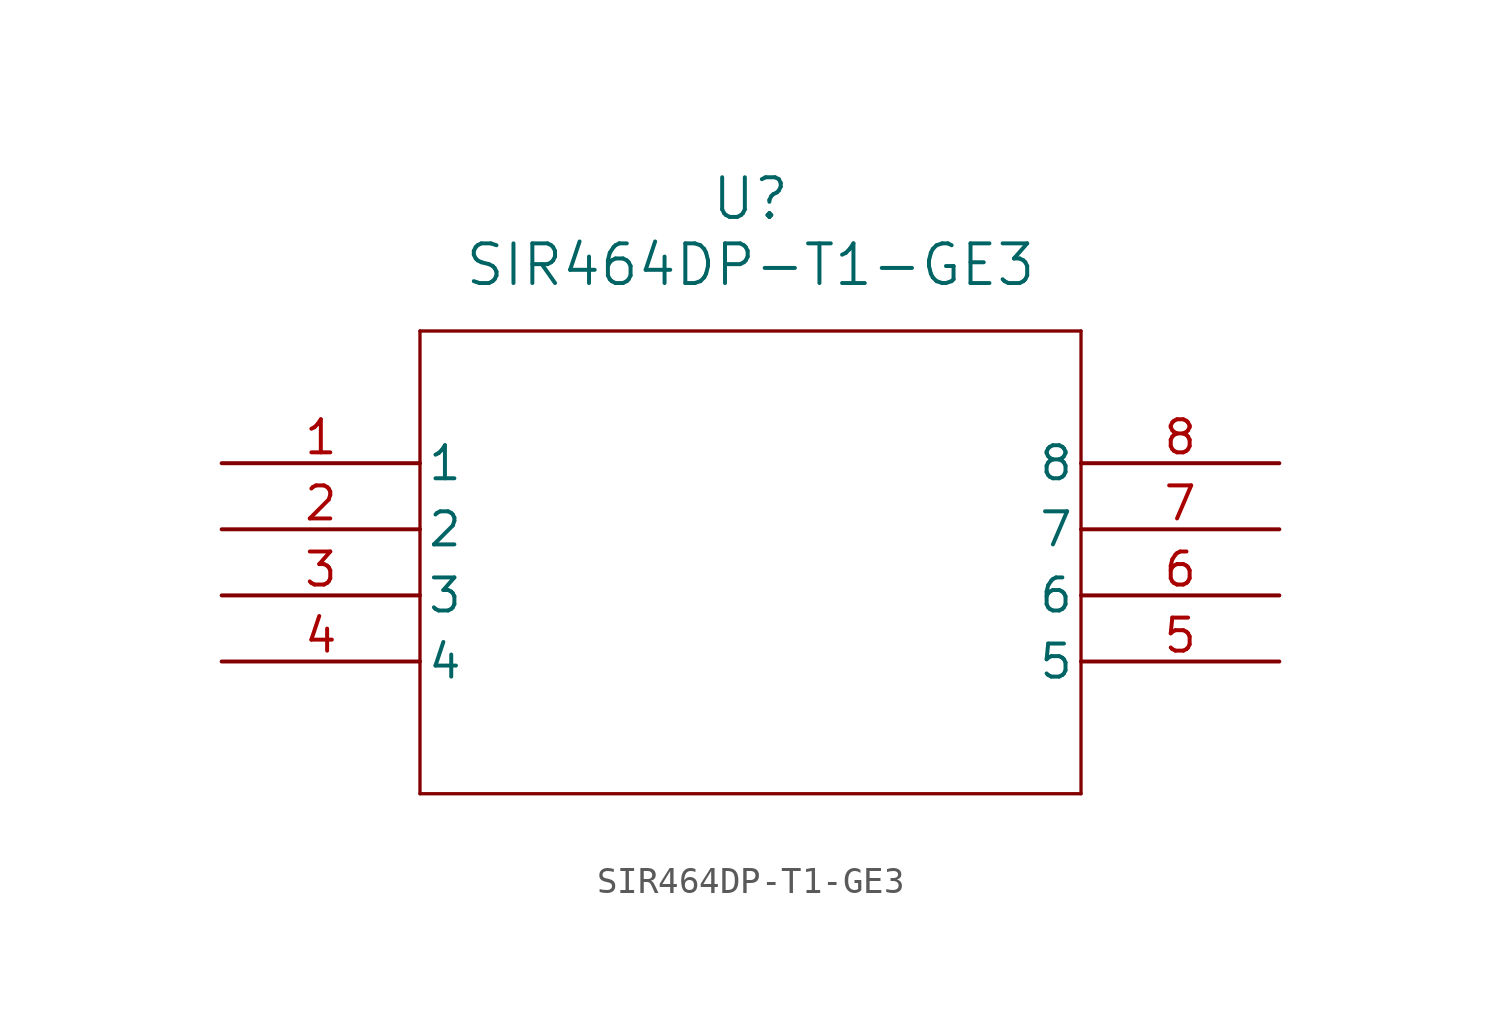
<source format=kicad_sym>
(kicad_symbol_lib
  (version 20211014)
  (generator kicad_symbol_editor)
  (symbol "SIR464DP-T1-GE3"
    (pin_names
      (offset 0.254))
    (property "Reference" "U"
      (at 20.32 10.16 0)
      (effects (font (size 1.524 1.524))))
    (property "Value" "SIR464DP-T1-GE3"
      (at 20.32 7.62 0)
      (effects (font (size 1.524 1.524))))
    (symbol "SIR464DP-T1-GE3_0_1"
      (polyline (pts (xy 7.62 5.08) (xy 7.62 -12.7)) (stroke (width 0.127) (type default) (color 0 0 0 0)) (fill (type none)))
      (polyline (pts (xy 7.62 -12.7) (xy 33.02 -12.7)) (stroke (width 0.127) (type default) (color 0 0 0 0)) (fill (type none)))
      (polyline (pts (xy 33.02 -12.7) (xy 33.02 5.08)) (stroke (width 0.127) (type default) (color 0 0 0 0)) (fill (type none)))
      (polyline (pts (xy 33.02 5.08) (xy 7.62 5.08)) (stroke (width 0.127) (type default) (color 0 0 0 0)) (fill (type none)))
      (pin unspecified line (at 0 0 0) (length 7.62) (name "1" (effects (font (size 1.27 1.27)))) (number "1" (effects (font (size 1.27 1.27)))))
      (pin unspecified line (at 0 -2.54 0) (length 7.62) (name "2" (effects (font (size 1.27 1.27)))) (number "2" (effects (font (size 1.27 1.27)))))
      (pin unspecified line (at 0 -5.08 0) (length 7.62) (name "3" (effects (font (size 1.27 1.27)))) (number "3" (effects (font (size 1.27 1.27)))))
      (pin unspecified line (at 0 -7.62 0) (length 7.62) (name "4" (effects (font (size 1.27 1.27)))) (number "4" (effects (font (size 1.27 1.27)))))
      (pin unspecified line (at 40.64 -7.62 180) (length 7.62) (name "5" (effects (font (size 1.27 1.27)))) (number "5" (effects (font (size 1.27 1.27)))))
      (pin unspecified line (at 40.64 -5.08 180) (length 7.62) (name "6" (effects (font (size 1.27 1.27)))) (number "6" (effects (font (size 1.27 1.27)))))
      (pin unspecified line (at 40.64 -2.54 180) (length 7.62) (name "7" (effects (font (size 1.27 1.27)))) (number "7" (effects (font (size 1.27 1.27)))))
      (pin unspecified line (at 40.64 0 180) (length 7.62) (name "8" (effects (font (size 1.27 1.27)))) (number "8" (effects (font (size 1.27 1.27))))))))
</source>
